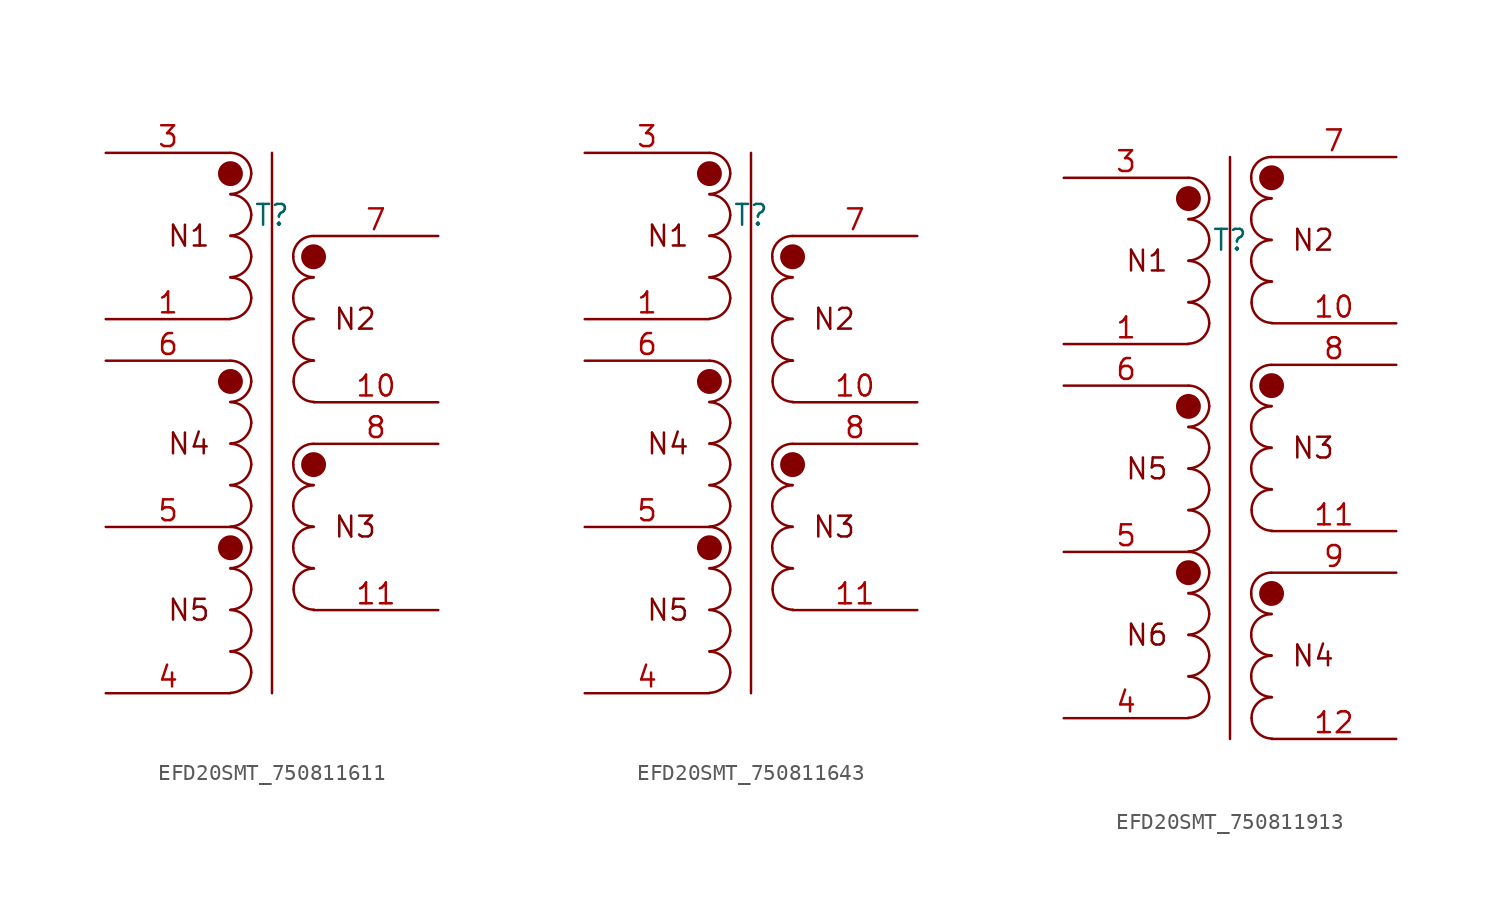
<source format=kicad_sym>
(kicad_symbol_lib
  (version 20220914)
  (generator kicad_symbol_editor)
  (symbol "EFD20SMT_750811611"
    (pin_names hide)
    (property "Reference" "T"
      (at 0 12.7 0)
      (effects (font (size 1.27 1.27))))
    (symbol "EFD20SMT_750811611_0_1"
      (arc (start -2.54 -16.4846) (mid -1.6561 -16.1163) (end -1.27 -15.24) (stroke (width 0) (type default)) (fill (type none)))
      (arc (start -2.54 -13.9446) (mid -1.6561 -13.5763) (end -1.27 -12.7) (stroke (width 0) (type default)) (fill (type none)))
      (arc (start -2.54 -11.4046) (mid -1.6561 -11.0363) (end -1.27 -10.16) (stroke (width 0) (type default)) (fill (type none)))
      (arc (start -2.54 -8.8646) (mid -1.6561 -8.4963) (end -1.27 -7.62) (stroke (width 0) (type default)) (fill (type none)))
      (arc (start -2.54 -6.3246) (mid -1.6561 -5.9563) (end -1.27 -5.08) (stroke (width 0) (type default)) (fill (type none)))
      (arc (start -2.54 -3.7846) (mid -1.6561 -3.4163) (end -1.27 -2.54) (stroke (width 0) (type default)) (fill (type none)))
      (arc (start -2.54 -1.2446) (mid -1.6561 -0.8763) (end -1.27 0) (stroke (width 0) (type default)) (fill (type none)))
      (arc (start -2.54 1.2954) (mid -1.6561 1.6637) (end -1.27 2.54) (stroke (width 0) (type default)) (fill (type none)))
      (arc (start -2.54 6.3754) (mid -1.6561 6.7437) (end -1.27 7.62) (stroke (width 0) (type default)) (fill (type none)))
      (arc (start -2.54 8.9154) (mid -1.6561 9.2837) (end -1.27 10.16) (stroke (width 0) (type default)) (fill (type none)))
      (arc (start -2.54 11.4554) (mid -1.6561 11.8237) (end -1.27 12.7) (stroke (width 0) (type default)) (fill (type none)))
      (arc (start -2.54 13.9954) (mid -1.6561 14.3637) (end -1.27 15.24) (stroke (width 0) (type default)) (fill (type none)))
      (arc (start -1.27 -15.24) (mid -1.642 -14.342) (end -2.54 -13.97) (stroke (width 0) (type default)) (fill (type none)))
      (arc (start -1.27 -12.7) (mid -1.642 -11.802) (end -2.54 -11.43) (stroke (width 0) (type default)) (fill (type none)))
      (arc (start -1.27 -10.16) (mid -1.642 -9.262) (end -2.54 -8.89) (stroke (width 0) (type default)) (fill (type none)))
      (arc (start -1.27 -7.62) (mid -1.642 -6.722) (end -2.54 -6.35) (stroke (width 0) (type default)) (fill (type none)))
      (arc (start -1.27 -5.08) (mid -1.642 -4.182) (end -2.54 -3.81) (stroke (width 0) (type default)) (fill (type none)))
      (arc (start -1.27 -2.54) (mid -1.642 -1.642) (end -2.54 -1.27) (stroke (width 0) (type default)) (fill (type none)))
      (arc (start -1.27 0) (mid -1.642 0.898) (end -2.54 1.27) (stroke (width 0) (type default)) (fill (type none)))
      (arc (start -1.27 2.54) (mid -1.642 3.438) (end -2.54 3.81) (stroke (width 0) (type default)) (fill (type none)))
      (arc (start -1.27 7.62) (mid -1.642 8.518) (end -2.54 8.89) (stroke (width 0) (type default)) (fill (type none)))
      (arc (start -1.27 10.16) (mid -1.642 11.058) (end -2.54 11.43) (stroke (width 0) (type default)) (fill (type none)))
      (arc (start -1.27 12.7) (mid -1.642 13.598) (end -2.54 13.97) (stroke (width 0) (type default)) (fill (type none)))
      (arc (start -1.27 15.24) (mid -1.642 16.138) (end -2.54 16.51) (stroke (width 0) (type default)) (fill (type none)))
      (polyline (pts (xy 0 16.51) (xy 0 -16.51)) (stroke (width 0) (type default)) (fill (type none)))
      (arc (start 1.2954 -7.62) (mid 1.6599 -8.5001) (end 2.54 -8.8646) (stroke (width 0) (type default)) (fill (type none)))
      (arc (start 1.2954 -5.08) (mid 1.6599 -5.9601) (end 2.54 -6.3246) (stroke (width 0) (type default)) (fill (type none)))
      (arc (start 1.2954 -2.54) (mid 1.6599 -3.4201) (end 2.54 -3.7846) (stroke (width 0) (type default)) (fill (type none)))
      (arc (start 1.2954 5.08) (mid 1.6599 4.1999) (end 2.54 3.8354) (stroke (width 0) (type default)) (fill (type none)))
      (arc (start 1.2954 7.62) (mid 1.6599 6.7399) (end 2.54 6.3754) (stroke (width 0) (type default)) (fill (type none)))
      (arc (start 1.2954 10.16) (mid 1.6599 9.2799) (end 2.54 8.9154) (stroke (width 0) (type default)) (fill (type none)))
      (arc (start 1.3208 -10.16) (mid 1.6854 -11.0399) (end 2.5654 -11.4046) (stroke (width 0) (type default)) (fill (type none)))
      (arc (start 1.3208 2.54) (mid 1.6855 1.6601) (end 2.5654 1.2954) (stroke (width 0) (type default)) (fill (type none)))
      (arc (start 2.54 -6.35) (mid 1.6458 -6.7185) (end 1.2954 -7.62) (stroke (width 0) (type default)) (fill (type none)))
      (arc (start 2.54 -3.81) (mid 1.6458 -4.1785) (end 1.2954 -5.08) (stroke (width 0) (type default)) (fill (type none)))
      (arc (start 2.54 -1.27) (mid 1.6458 -1.6385) (end 1.2954 -2.54) (stroke (width 0) (type default)) (fill (type none)))
      (arc (start 2.54 6.35) (mid 1.6458 5.9815) (end 1.2954 5.08) (stroke (width 0) (type default)) (fill (type none)))
      (arc (start 2.54 8.89) (mid 1.6458 8.5215) (end 1.2954 7.62) (stroke (width 0) (type default)) (fill (type none)))
      (arc (start 2.54 11.43) (mid 1.6458 11.0615) (end 1.2954 10.16) (stroke (width 0) (type default)) (fill (type none)))
      (arc (start 2.5654 -8.89) (mid 1.6709 -9.2583) (end 1.3208 -10.16) (stroke (width 0) (type default)) (fill (type none)))
      (arc (start 2.5654 3.81) (mid 1.6709 3.4417) (end 1.3208 2.54) (stroke (width 0) (type default)) (fill (type none))))
    (symbol "EFD20SMT_750811611_1_1"
      (circle (center -2.54 -7.62) (radius 0.0001) (stroke (width 0.762) (type default)) (fill (type none)))
      (circle (center -2.54 2.54) (radius 0.0001) (stroke (width 0.762) (type default)) (fill (type none)))
      (circle (center -2.54 15.24) (radius 0.0001) (stroke (width 0.762) (type default)) (fill (type none)))
      (circle (center 2.54 -2.54) (radius 0.0001) (stroke (width 0.762) (type default)) (fill (type none)))
      (circle (center 2.54 10.16) (radius 0.0001) (stroke (width 0.762) (type default)) (fill (type none)))
      (text "N1" (at -5.08 11.43 0) (effects (font (size 1.27 1.27))))
      (text "N2" (at 5.08 6.35 0) (effects (font (size 1.27 1.27))))
      (text "N3" (at 5.08 -6.35 0) (effects (font (size 1.27 1.27))))
      (text "N4" (at -5.08 -1.27 0) (effects (font (size 1.27 1.27))))
      (text "N5" (at -5.08 -11.43 0) (effects (font (size 1.27 1.27))))
      (pin passive line (at -10.16 6.35 0) (length 7.62) (name "1" (effects (font (size 1.27 1.27)))) (number "1" (effects (font (size 1.27 1.27)))))
      (pin passive line (at 10.16 1.27 180) (length 7.62) (name "10" (effects (font (size 1.27 1.27)))) (number "10" (effects (font (size 1.27 1.27)))))
      (pin passive line (at 10.16 -11.43 180) (length 7.62) (name "11" (effects (font (size 1.27 1.27)))) (number "11" (effects (font (size 1.27 1.27)))))
      (pin passive line (at -10.16 16.51 0) (length 7.62) (name "3" (effects (font (size 1.27 1.27)))) (number "3" (effects (font (size 1.27 1.27)))))
      (pin passive line (at -10.16 -16.51 0) (length 7.62) (name "4" (effects (font (size 1.27 1.27)))) (number "4" (effects (font (size 1.27 1.27)))))
      (pin passive line (at -10.16 -6.35 0) (length 7.62) (name "5" (effects (font (size 1.27 1.27)))) (number "5" (effects (font (size 1.27 1.27)))))
      (pin passive line (at -10.16 3.81 0) (length 7.62) (name "6" (effects (font (size 1.27 1.27)))) (number "6" (effects (font (size 1.27 1.27)))))
      (pin passive line (at 10.16 11.43 180) (length 7.62) (name "7" (effects (font (size 1.27 1.27)))) (number "7" (effects (font (size 1.27 1.27)))))
      (pin passive line (at 10.16 -1.27 180) (length 7.62) (name "8" (effects (font (size 1.27 1.27)))) (number "8" (effects (font (size 1.27 1.27)))))))
  (symbol "EFD20SMT_750811643"
    (pin_names hide)
    (property "Reference" "T"
      (at 0 12.7 0)
      (effects (font (size 1.27 1.27))))
    (symbol "EFD20SMT_750811643_0_1"
      (arc (start -2.54 -16.4846) (mid -1.6561 -16.1163) (end -1.27 -15.24) (stroke (width 0) (type default)) (fill (type none)))
      (arc (start -2.54 -13.9446) (mid -1.6561 -13.5763) (end -1.27 -12.7) (stroke (width 0) (type default)) (fill (type none)))
      (arc (start -2.54 -11.4046) (mid -1.6561 -11.0363) (end -1.27 -10.16) (stroke (width 0) (type default)) (fill (type none)))
      (arc (start -2.54 -8.8646) (mid -1.6561 -8.4963) (end -1.27 -7.62) (stroke (width 0) (type default)) (fill (type none)))
      (arc (start -2.54 -6.3246) (mid -1.6561 -5.9563) (end -1.27 -5.08) (stroke (width 0) (type default)) (fill (type none)))
      (arc (start -2.54 -3.7846) (mid -1.6561 -3.4163) (end -1.27 -2.54) (stroke (width 0) (type default)) (fill (type none)))
      (arc (start -2.54 -1.2446) (mid -1.6561 -0.8763) (end -1.27 0) (stroke (width 0) (type default)) (fill (type none)))
      (arc (start -2.54 1.2954) (mid -1.6561 1.6637) (end -1.27 2.54) (stroke (width 0) (type default)) (fill (type none)))
      (arc (start -2.54 6.3754) (mid -1.6561 6.7437) (end -1.27 7.62) (stroke (width 0) (type default)) (fill (type none)))
      (arc (start -2.54 8.9154) (mid -1.6561 9.2837) (end -1.27 10.16) (stroke (width 0) (type default)) (fill (type none)))
      (arc (start -2.54 11.4554) (mid -1.6561 11.8237) (end -1.27 12.7) (stroke (width 0) (type default)) (fill (type none)))
      (arc (start -2.54 13.9954) (mid -1.6561 14.3637) (end -1.27 15.24) (stroke (width 0) (type default)) (fill (type none)))
      (arc (start -1.27 -15.24) (mid -1.642 -14.342) (end -2.54 -13.97) (stroke (width 0) (type default)) (fill (type none)))
      (arc (start -1.27 -12.7) (mid -1.642 -11.802) (end -2.54 -11.43) (stroke (width 0) (type default)) (fill (type none)))
      (arc (start -1.27 -10.16) (mid -1.642 -9.262) (end -2.54 -8.89) (stroke (width 0) (type default)) (fill (type none)))
      (arc (start -1.27 -7.62) (mid -1.642 -6.722) (end -2.54 -6.35) (stroke (width 0) (type default)) (fill (type none)))
      (arc (start -1.27 -5.08) (mid -1.642 -4.182) (end -2.54 -3.81) (stroke (width 0) (type default)) (fill (type none)))
      (arc (start -1.27 -2.54) (mid -1.642 -1.642) (end -2.54 -1.27) (stroke (width 0) (type default)) (fill (type none)))
      (arc (start -1.27 0) (mid -1.642 0.898) (end -2.54 1.27) (stroke (width 0) (type default)) (fill (type none)))
      (arc (start -1.27 2.54) (mid -1.642 3.438) (end -2.54 3.81) (stroke (width 0) (type default)) (fill (type none)))
      (arc (start -1.27 7.62) (mid -1.642 8.518) (end -2.54 8.89) (stroke (width 0) (type default)) (fill (type none)))
      (arc (start -1.27 10.16) (mid -1.642 11.058) (end -2.54 11.43) (stroke (width 0) (type default)) (fill (type none)))
      (arc (start -1.27 12.7) (mid -1.642 13.598) (end -2.54 13.97) (stroke (width 0) (type default)) (fill (type none)))
      (arc (start -1.27 15.24) (mid -1.642 16.138) (end -2.54 16.51) (stroke (width 0) (type default)) (fill (type none)))
      (polyline (pts (xy 0 16.51) (xy 0 -16.51)) (stroke (width 0) (type default)) (fill (type none)))
      (arc (start 1.2954 -7.62) (mid 1.6599 -8.5001) (end 2.54 -8.8646) (stroke (width 0) (type default)) (fill (type none)))
      (arc (start 1.2954 -5.08) (mid 1.6599 -5.9601) (end 2.54 -6.3246) (stroke (width 0) (type default)) (fill (type none)))
      (arc (start 1.2954 -2.54) (mid 1.6599 -3.4201) (end 2.54 -3.7846) (stroke (width 0) (type default)) (fill (type none)))
      (arc (start 1.2954 5.08) (mid 1.6599 4.1999) (end 2.54 3.8354) (stroke (width 0) (type default)) (fill (type none)))
      (arc (start 1.2954 7.62) (mid 1.6599 6.7399) (end 2.54 6.3754) (stroke (width 0) (type default)) (fill (type none)))
      (arc (start 1.2954 10.16) (mid 1.6599 9.2799) (end 2.54 8.9154) (stroke (width 0) (type default)) (fill (type none)))
      (arc (start 1.3208 -10.16) (mid 1.6854 -11.0399) (end 2.5654 -11.4046) (stroke (width 0) (type default)) (fill (type none)))
      (arc (start 1.3208 2.54) (mid 1.6855 1.6601) (end 2.5654 1.2954) (stroke (width 0) (type default)) (fill (type none)))
      (arc (start 2.54 -6.35) (mid 1.6458 -6.7185) (end 1.2954 -7.62) (stroke (width 0) (type default)) (fill (type none)))
      (arc (start 2.54 -3.81) (mid 1.6458 -4.1785) (end 1.2954 -5.08) (stroke (width 0) (type default)) (fill (type none)))
      (arc (start 2.54 -1.27) (mid 1.6458 -1.6385) (end 1.2954 -2.54) (stroke (width 0) (type default)) (fill (type none)))
      (arc (start 2.54 6.35) (mid 1.6458 5.9815) (end 1.2954 5.08) (stroke (width 0) (type default)) (fill (type none)))
      (arc (start 2.54 8.89) (mid 1.6458 8.5215) (end 1.2954 7.62) (stroke (width 0) (type default)) (fill (type none)))
      (arc (start 2.54 11.43) (mid 1.6458 11.0615) (end 1.2954 10.16) (stroke (width 0) (type default)) (fill (type none)))
      (arc (start 2.5654 -8.89) (mid 1.6709 -9.2583) (end 1.3208 -10.16) (stroke (width 0) (type default)) (fill (type none)))
      (arc (start 2.5654 3.81) (mid 1.6709 3.4417) (end 1.3208 2.54) (stroke (width 0) (type default)) (fill (type none))))
    (symbol "EFD20SMT_750811643_1_1"
      (circle (center -2.54 -7.62) (radius 0.0001) (stroke (width 0.762) (type default)) (fill (type none)))
      (circle (center -2.54 2.54) (radius 0.0001) (stroke (width 0.762) (type default)) (fill (type none)))
      (circle (center -2.54 15.24) (radius 0.0001) (stroke (width 0.762) (type default)) (fill (type none)))
      (circle (center 2.54 -2.54) (radius 0.0001) (stroke (width 0.762) (type default)) (fill (type none)))
      (circle (center 2.54 10.16) (radius 0.0001) (stroke (width 0.762) (type default)) (fill (type none)))
      (text "N1" (at -5.08 11.43 0) (effects (font (size 1.27 1.27))))
      (text "N2" (at 5.08 6.35 0) (effects (font (size 1.27 1.27))))
      (text "N3" (at 5.08 -6.35 0) (effects (font (size 1.27 1.27))))
      (text "N4" (at -5.08 -1.27 0) (effects (font (size 1.27 1.27))))
      (text "N5" (at -5.08 -11.43 0) (effects (font (size 1.27 1.27))))
      (pin passive line (at -10.16 6.35 0) (length 7.62) (name "1" (effects (font (size 1.27 1.27)))) (number "1" (effects (font (size 1.27 1.27)))))
      (pin passive line (at 10.16 1.27 180) (length 7.62) (name "10" (effects (font (size 1.27 1.27)))) (number "10" (effects (font (size 1.27 1.27)))))
      (pin passive line (at 10.16 -11.43 180) (length 7.62) (name "11" (effects (font (size 1.27 1.27)))) (number "11" (effects (font (size 1.27 1.27)))))
      (pin passive line (at -10.16 16.51 0) (length 7.62) (name "3" (effects (font (size 1.27 1.27)))) (number "3" (effects (font (size 1.27 1.27)))))
      (pin passive line (at -10.16 -16.51 0) (length 7.62) (name "4" (effects (font (size 1.27 1.27)))) (number "4" (effects (font (size 1.27 1.27)))))
      (pin passive line (at -10.16 -6.35 0) (length 7.62) (name "5" (effects (font (size 1.27 1.27)))) (number "5" (effects (font (size 1.27 1.27)))))
      (pin passive line (at -10.16 3.81 0) (length 7.62) (name "6" (effects (font (size 1.27 1.27)))) (number "6" (effects (font (size 1.27 1.27)))))
      (pin passive line (at 10.16 11.43 180) (length 7.62) (name "7" (effects (font (size 1.27 1.27)))) (number "7" (effects (font (size 1.27 1.27)))))
      (pin passive line (at 10.16 -1.27 180) (length 7.62) (name "8" (effects (font (size 1.27 1.27)))) (number "8" (effects (font (size 1.27 1.27)))))))
  (symbol "EFD20SMT_750811913"
    (pin_names hide)
    (property "Reference" "T"
      (at 0 12.7 0)
      (effects (font (size 1.27 1.27))))
    (symbol "EFD20SMT_750811913_0_1"
      (arc (start -2.54 -16.4846) (mid -1.6561 -16.1163) (end -1.27 -15.24) (stroke (width 0) (type default)) (fill (type none)))
      (arc (start -2.54 -13.9446) (mid -1.6561 -13.5763) (end -1.27 -12.7) (stroke (width 0) (type default)) (fill (type none)))
      (arc (start -2.54 -11.4046) (mid -1.6561 -11.0363) (end -1.27 -10.16) (stroke (width 0) (type default)) (fill (type none)))
      (arc (start -2.54 -8.8646) (mid -1.6561 -8.4963) (end -1.27 -7.62) (stroke (width 0) (type default)) (fill (type none)))
      (arc (start -2.54 -6.3246) (mid -1.6561 -5.9563) (end -1.27 -5.08) (stroke (width 0) (type default)) (fill (type none)))
      (arc (start -2.54 -3.7846) (mid -1.6561 -3.4163) (end -1.27 -2.54) (stroke (width 0) (type default)) (fill (type none)))
      (arc (start -2.54 -1.2446) (mid -1.6561 -0.8763) (end -1.27 0) (stroke (width 0) (type default)) (fill (type none)))
      (arc (start -2.54 1.2954) (mid -1.6561 1.6637) (end -1.27 2.54) (stroke (width 0) (type default)) (fill (type none)))
      (arc (start -2.54 6.3754) (mid -1.6561 6.7437) (end -1.27 7.62) (stroke (width 0) (type default)) (fill (type none)))
      (arc (start -2.54 8.9154) (mid -1.6561 9.2837) (end -1.27 10.16) (stroke (width 0) (type default)) (fill (type none)))
      (arc (start -2.54 11.4554) (mid -1.6561 11.8237) (end -1.27 12.7) (stroke (width 0) (type default)) (fill (type none)))
      (arc (start -2.54 13.9954) (mid -1.6561 14.3637) (end -1.27 15.24) (stroke (width 0) (type default)) (fill (type none)))
      (arc (start -1.27 -15.24) (mid -1.642 -14.342) (end -2.54 -13.97) (stroke (width 0) (type default)) (fill (type none)))
      (arc (start -1.27 -12.7) (mid -1.642 -11.802) (end -2.54 -11.43) (stroke (width 0) (type default)) (fill (type none)))
      (arc (start -1.27 -10.16) (mid -1.642 -9.262) (end -2.54 -8.89) (stroke (width 0) (type default)) (fill (type none)))
      (arc (start -1.27 -7.62) (mid -1.642 -6.722) (end -2.54 -6.35) (stroke (width 0) (type default)) (fill (type none)))
      (arc (start -1.27 -5.08) (mid -1.642 -4.182) (end -2.54 -3.81) (stroke (width 0) (type default)) (fill (type none)))
      (arc (start -1.27 -2.54) (mid -1.642 -1.642) (end -2.54 -1.27) (stroke (width 0) (type default)) (fill (type none)))
      (arc (start -1.27 0) (mid -1.642 0.898) (end -2.54 1.27) (stroke (width 0) (type default)) (fill (type none)))
      (arc (start -1.27 2.54) (mid -1.642 3.438) (end -2.54 3.81) (stroke (width 0) (type default)) (fill (type none)))
      (arc (start -1.27 7.62) (mid -1.642 8.518) (end -2.54 8.89) (stroke (width 0) (type default)) (fill (type none)))
      (arc (start -1.27 10.16) (mid -1.642 11.058) (end -2.54 11.43) (stroke (width 0) (type default)) (fill (type none)))
      (arc (start -1.27 12.7) (mid -1.642 13.598) (end -2.54 13.97) (stroke (width 0) (type default)) (fill (type none)))
      (arc (start -1.27 15.24) (mid -1.642 16.138) (end -2.54 16.51) (stroke (width 0) (type default)) (fill (type none)))
      (polyline (pts (xy 0 17.78) (xy 0 -17.78)) (stroke (width 0) (type default)) (fill (type none)))
      (arc (start 1.2954 -13.97) (mid 1.6599 -14.8501) (end 2.54 -15.2146) (stroke (width 0) (type default)) (fill (type none)))
      (arc (start 1.2954 -11.43) (mid 1.6599 -12.3101) (end 2.54 -12.6746) (stroke (width 0) (type default)) (fill (type none)))
      (arc (start 1.2954 -8.89) (mid 1.6599 -9.7701) (end 2.54 -10.1346) (stroke (width 0) (type default)) (fill (type none)))
      (arc (start 1.2954 -1.27) (mid 1.6599 -2.1501) (end 2.54 -2.5146) (stroke (width 0) (type default)) (fill (type none)))
      (arc (start 1.2954 1.27) (mid 1.6599 0.3899) (end 2.54 0.0254) (stroke (width 0) (type default)) (fill (type none)))
      (arc (start 1.2954 3.81) (mid 1.6599 2.9299) (end 2.54 2.5654) (stroke (width 0) (type default)) (fill (type none)))
      (arc (start 1.2954 11.43) (mid 1.6599 10.5499) (end 2.54 10.1854) (stroke (width 0) (type default)) (fill (type none)))
      (arc (start 1.2954 13.97) (mid 1.6599 13.0899) (end 2.54 12.7254) (stroke (width 0) (type default)) (fill (type none)))
      (arc (start 1.2954 16.51) (mid 1.6599 15.6299) (end 2.54 15.2654) (stroke (width 0) (type default)) (fill (type none)))
      (arc (start 1.3208 -16.51) (mid 1.6855 -17.3899) (end 2.5654 -17.7546) (stroke (width 0) (type default)) (fill (type none)))
      (arc (start 1.3208 -3.81) (mid 1.6855 -4.6899) (end 2.5654 -5.0546) (stroke (width 0) (type default)) (fill (type none)))
      (arc (start 1.3208 8.89) (mid 1.6855 8.0101) (end 2.5654 7.6454) (stroke (width 0) (type default)) (fill (type none)))
      (arc (start 2.54 -12.7) (mid 1.6458 -13.0685) (end 1.2954 -13.97) (stroke (width 0) (type default)) (fill (type none)))
      (arc (start 2.54 -10.16) (mid 1.6458 -10.5285) (end 1.2954 -11.43) (stroke (width 0) (type default)) (fill (type none)))
      (arc (start 2.54 -7.62) (mid 1.6458 -7.9885) (end 1.2954 -8.89) (stroke (width 0) (type default)) (fill (type none)))
      (arc (start 2.54 0) (mid 1.6458 -0.3685) (end 1.2954 -1.27) (stroke (width 0) (type default)) (fill (type none)))
      (arc (start 2.54 2.54) (mid 1.6458 2.1715) (end 1.2954 1.27) (stroke (width 0) (type default)) (fill (type none)))
      (arc (start 2.54 5.08) (mid 1.6458 4.7115) (end 1.2954 3.81) (stroke (width 0) (type default)) (fill (type none)))
      (arc (start 2.54 12.7) (mid 1.6458 12.3315) (end 1.2954 11.43) (stroke (width 0) (type default)) (fill (type none)))
      (arc (start 2.54 15.24) (mid 1.6458 14.8715) (end 1.2954 13.97) (stroke (width 0) (type default)) (fill (type none)))
      (arc (start 2.54 17.78) (mid 1.6458 17.4115) (end 1.2954 16.51) (stroke (width 0) (type default)) (fill (type none)))
      (arc (start 2.5654 -15.24) (mid 1.6709 -15.6083) (end 1.3208 -16.51) (stroke (width 0) (type default)) (fill (type none)))
      (arc (start 2.5654 -2.54) (mid 1.6709 -2.9083) (end 1.3208 -3.81) (stroke (width 0) (type default)) (fill (type none)))
      (arc (start 2.5654 10.16) (mid 1.6709 9.7917) (end 1.3208 8.89) (stroke (width 0) (type default)) (fill (type none))))
    (symbol "EFD20SMT_750811913_1_1"
      (circle (center -2.54 -7.62) (radius 0.0001) (stroke (width 0.762) (type default)) (fill (type none)))
      (circle (center -2.54 2.54) (radius 0.0001) (stroke (width 0.762) (type default)) (fill (type none)))
      (circle (center -2.54 15.24) (radius 0.0001) (stroke (width 0.762) (type default)) (fill (type none)))
      (circle (center 2.54 -8.89) (radius 0.0001) (stroke (width 0.762) (type default)) (fill (type none)))
      (circle (center 2.54 3.81) (radius 0.0001) (stroke (width 0.762) (type default)) (fill (type none)))
      (circle (center 2.54 16.51) (radius 0.0001) (stroke (width 0.762) (type default)) (fill (type none)))
      (text "N1" (at -5.08 11.43 0) (effects (font (size 1.27 1.27))))
      (text "N2" (at 5.08 12.7 0) (effects (font (size 1.27 1.27))))
      (text "N3" (at 5.08 0 0) (effects (font (size 1.27 1.27))))
      (text "N4" (at 5.08 -12.7 0) (effects (font (size 1.27 1.27))))
      (text "N5" (at -5.08 -1.27 0) (effects (font (size 1.27 1.27))))
      (text "N6" (at -5.08 -11.43 0) (effects (font (size 1.27 1.27))))
      (pin passive line (at -10.16 6.35 0) (length 7.62) (name "1" (effects (font (size 1.27 1.27)))) (number "1" (effects (font (size 1.27 1.27)))))
      (pin passive line (at 10.16 7.62 180) (length 7.62) (name "10" (effects (font (size 1.27 1.27)))) (number "10" (effects (font (size 1.27 1.27)))))
      (pin passive line (at 10.16 -5.08 180) (length 7.62) (name "11" (effects (font (size 1.27 1.27)))) (number "11" (effects (font (size 1.27 1.27)))))
      (pin passive line (at 10.16 -17.78 180) (length 7.62) (name "12" (effects (font (size 1.27 1.27)))) (number "12" (effects (font (size 1.27 1.27)))))
      (pin passive line (at -10.16 16.51 0) (length 7.62) (name "3" (effects (font (size 1.27 1.27)))) (number "3" (effects (font (size 1.27 1.27)))))
      (pin passive line (at -10.16 -16.51 0) (length 7.62) (name "4" (effects (font (size 1.27 1.27)))) (number "4" (effects (font (size 1.27 1.27)))))
      (pin passive line (at -10.16 -6.35 0) (length 7.62) (name "5" (effects (font (size 1.27 1.27)))) (number "5" (effects (font (size 1.27 1.27)))))
      (pin passive line (at -10.16 3.81 0) (length 7.62) (name "6" (effects (font (size 1.27 1.27)))) (number "6" (effects (font (size 1.27 1.27)))))
      (pin passive line (at 10.16 17.78 180) (length 7.62) (name "7" (effects (font (size 1.27 1.27)))) (number "7" (effects (font (size 1.27 1.27)))))
      (pin passive line (at 10.16 5.08 180) (length 7.62) (name "8" (effects (font (size 1.27 1.27)))) (number "8" (effects (font (size 1.27 1.27)))))
      (pin passive line (at 10.16 -7.62 180) (length 7.62) (name "9" (effects (font (size 1.27 1.27)))) (number "9" (effects (font (size 1.27 1.27))))))))
</source>
